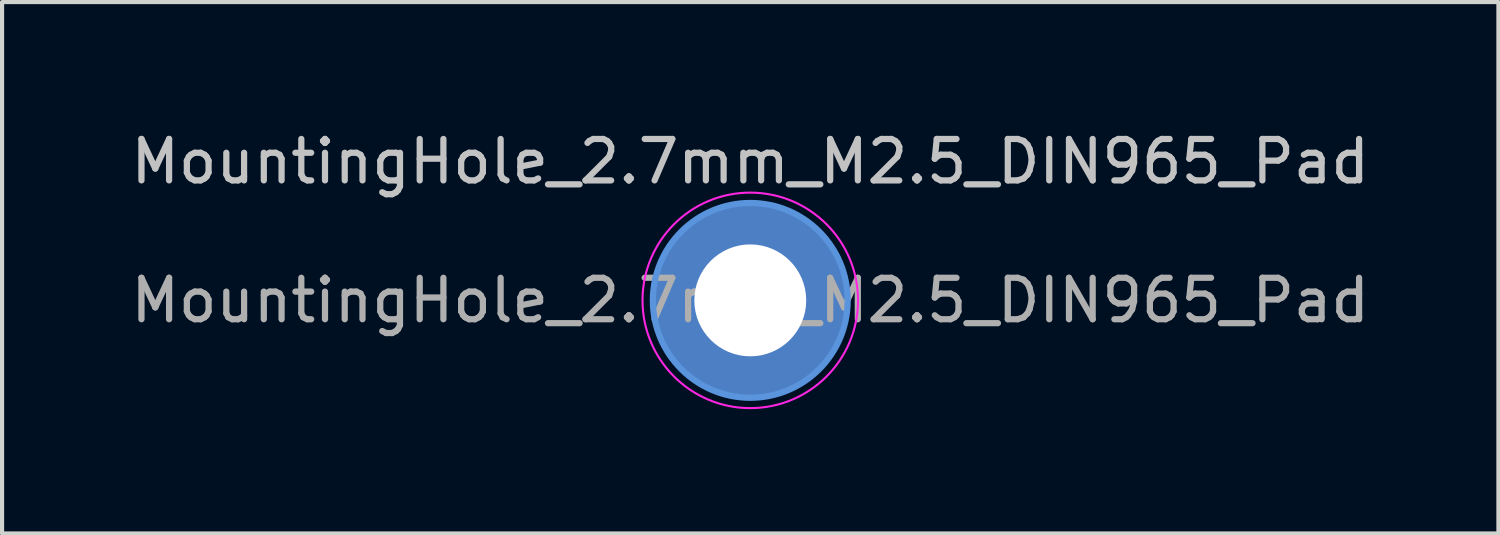
<source format=kicad_pcb>
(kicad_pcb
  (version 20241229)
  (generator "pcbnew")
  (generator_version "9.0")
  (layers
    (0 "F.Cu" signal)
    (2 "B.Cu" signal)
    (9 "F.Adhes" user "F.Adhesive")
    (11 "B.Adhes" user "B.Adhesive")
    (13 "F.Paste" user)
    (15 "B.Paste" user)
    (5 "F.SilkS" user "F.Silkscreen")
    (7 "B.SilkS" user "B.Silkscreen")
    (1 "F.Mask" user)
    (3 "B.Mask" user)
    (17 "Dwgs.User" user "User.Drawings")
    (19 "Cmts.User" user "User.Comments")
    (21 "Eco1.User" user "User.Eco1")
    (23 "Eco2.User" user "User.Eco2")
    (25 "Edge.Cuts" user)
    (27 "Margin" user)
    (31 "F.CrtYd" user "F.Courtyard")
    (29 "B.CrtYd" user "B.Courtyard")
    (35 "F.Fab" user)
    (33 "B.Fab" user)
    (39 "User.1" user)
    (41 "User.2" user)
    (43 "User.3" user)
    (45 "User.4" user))
  (footprint "MountingHole_2.7mm_M2.5_DIN965_Pad"
    (layer "F.Cu")
    (at 15.054 4.198)
    (property "Reference" "MountingHole_2.7mm_M2.5_DIN965_Pad" (at 0 -3.35 0) (layer "Dwgs.User") (effects (font (size 1 1) (thickness 0.15))))
    (attr exclude_from_pos_files exclude_from_bom)
    (fp_circle (center 0 0) (end 2.35 0) (stroke (width 0.15) (type solid)) (fill no) (layer "Cmts.User"))
    (fp_circle (center 0 0) (end 2.6 0) (stroke (width 0.05) (type solid)) (fill no) (layer "F.CrtYd"))
    (fp_text user "${REFERENCE}" (at 0 0 0) (layer "F.Fab") (effects (font (size 1 1) (thickness 0.15))))
    (pad "1" thru_hole circle (at 0 0) (size 4.7 4.7) (drill 2.7) (layers "*.Cu" "*.Mask")))
  (gr_rect
    (start -3 -3)
    (end 33.107 9.823)
    (stroke (width 0.1) (type default))
    (fill no)
    (layer "Edge.Cuts")))
</source>
